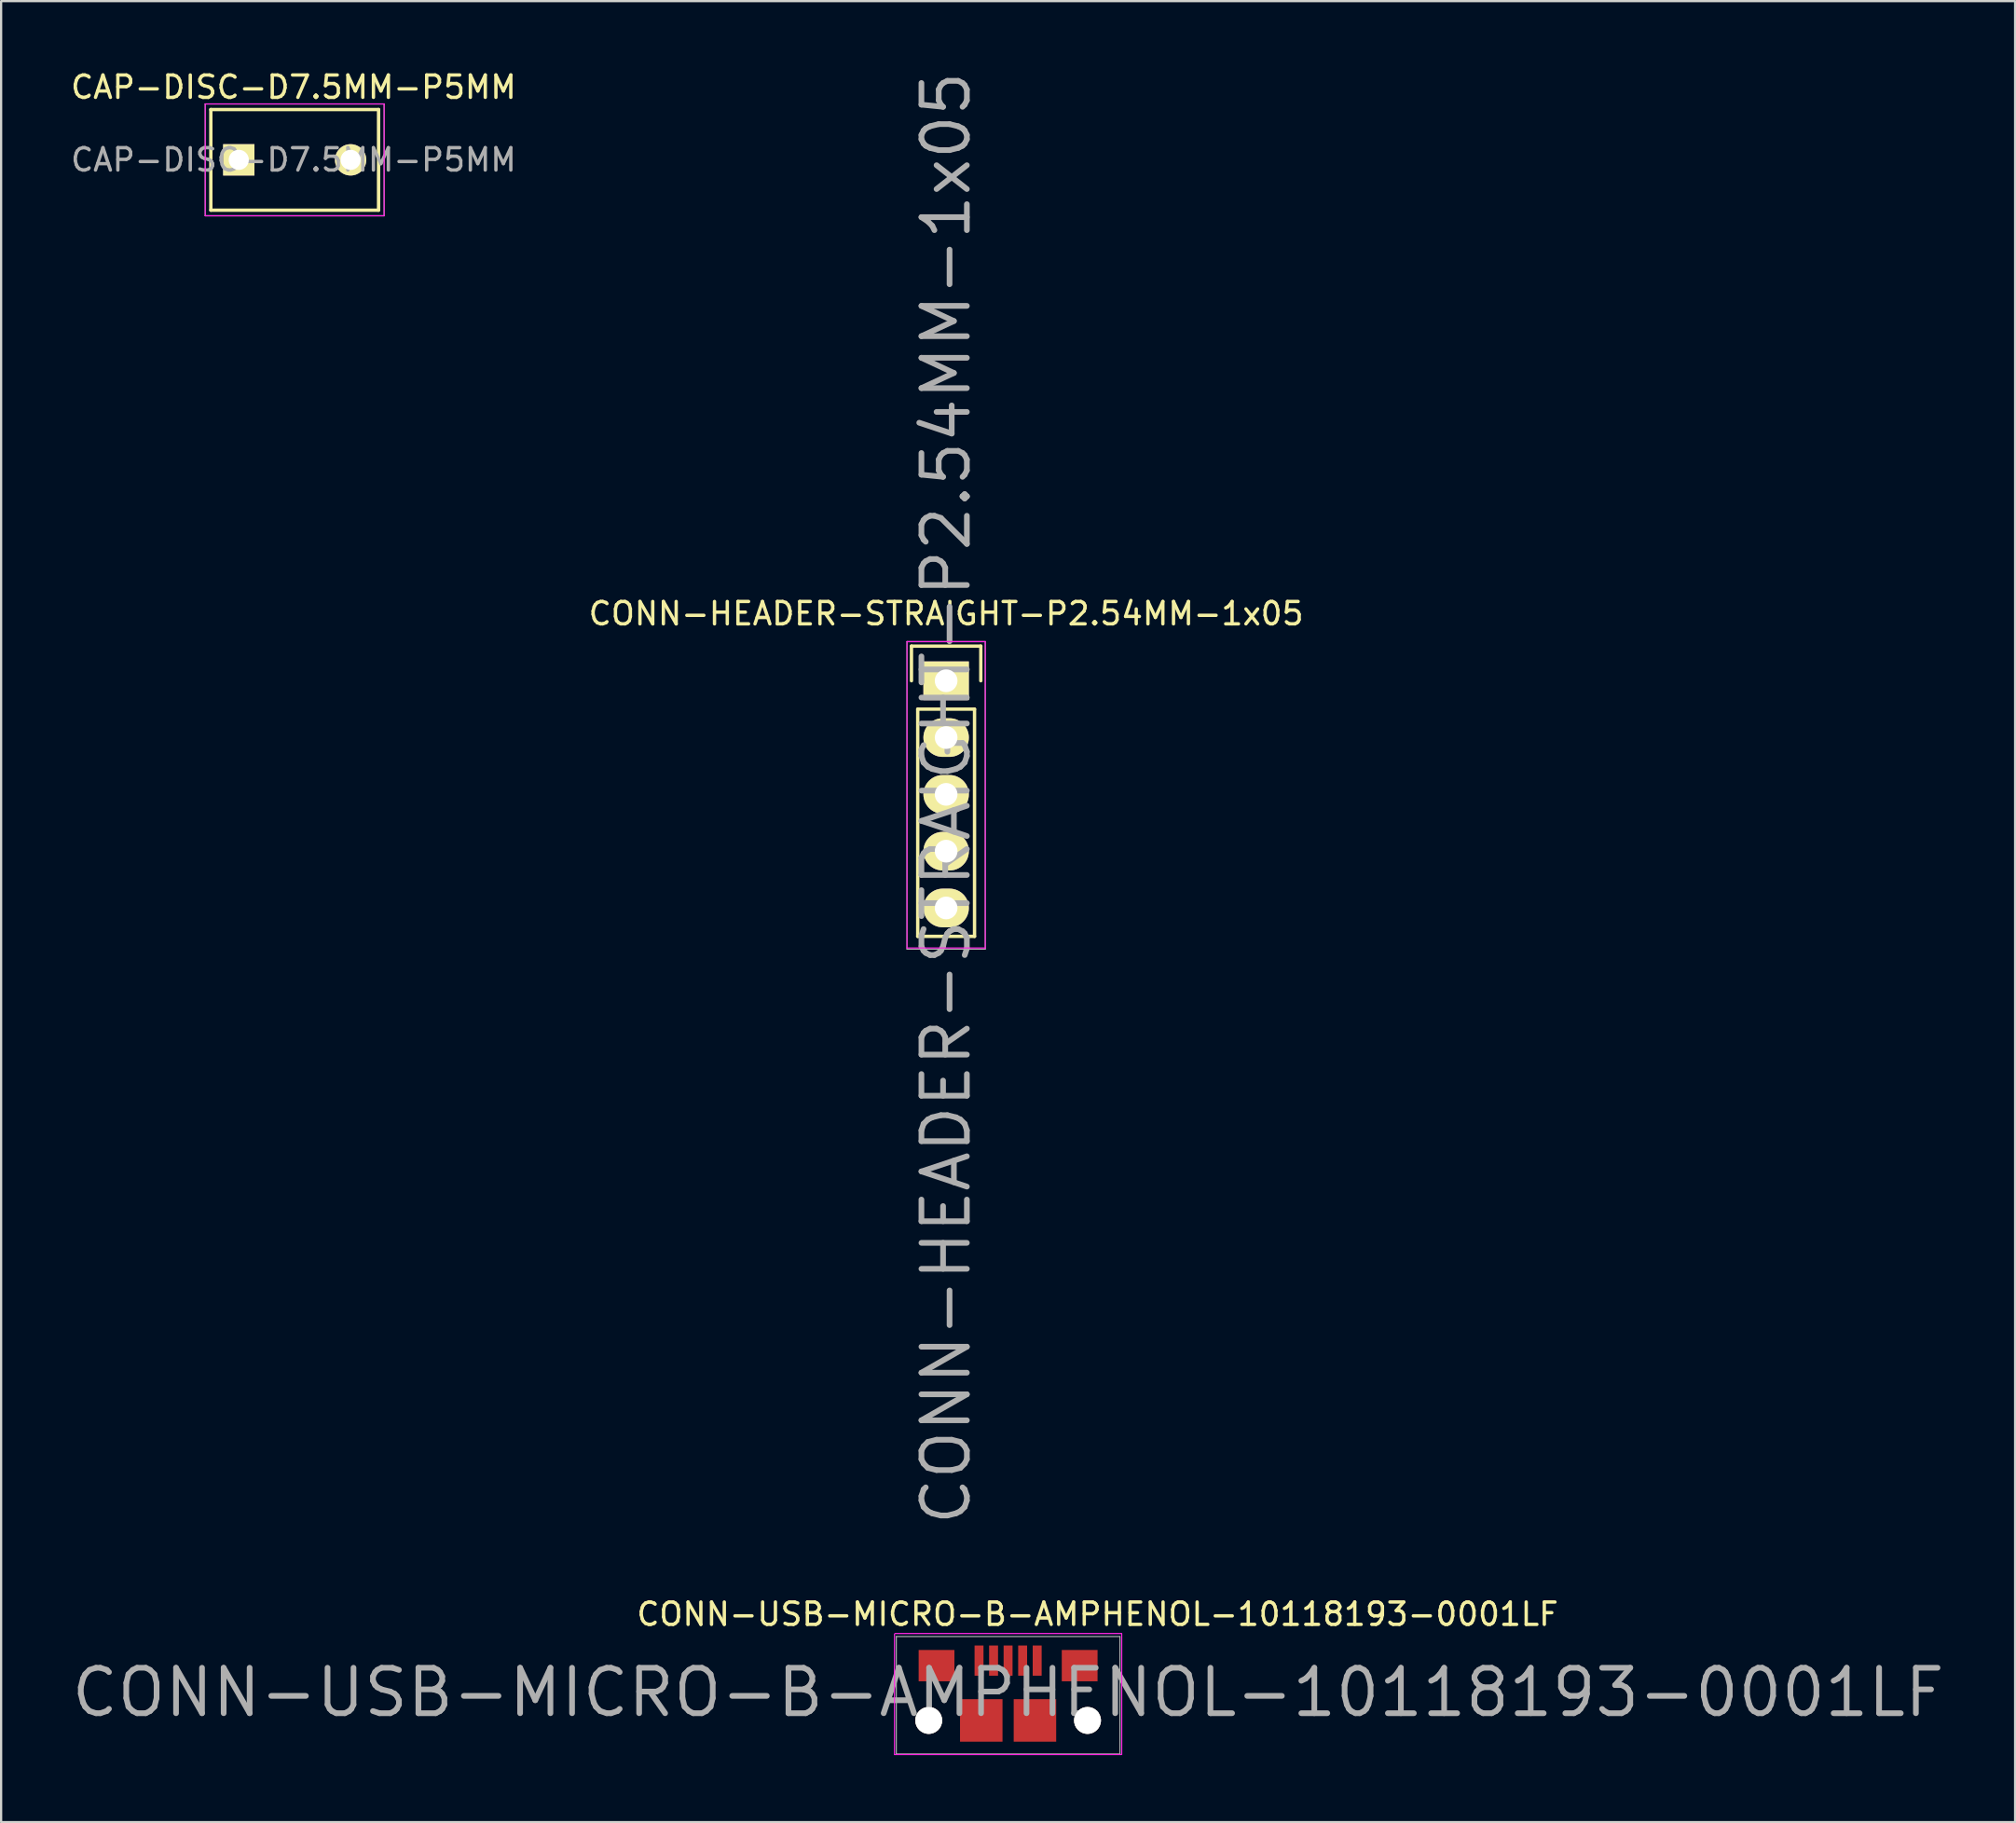
<source format=kicad_pcb>
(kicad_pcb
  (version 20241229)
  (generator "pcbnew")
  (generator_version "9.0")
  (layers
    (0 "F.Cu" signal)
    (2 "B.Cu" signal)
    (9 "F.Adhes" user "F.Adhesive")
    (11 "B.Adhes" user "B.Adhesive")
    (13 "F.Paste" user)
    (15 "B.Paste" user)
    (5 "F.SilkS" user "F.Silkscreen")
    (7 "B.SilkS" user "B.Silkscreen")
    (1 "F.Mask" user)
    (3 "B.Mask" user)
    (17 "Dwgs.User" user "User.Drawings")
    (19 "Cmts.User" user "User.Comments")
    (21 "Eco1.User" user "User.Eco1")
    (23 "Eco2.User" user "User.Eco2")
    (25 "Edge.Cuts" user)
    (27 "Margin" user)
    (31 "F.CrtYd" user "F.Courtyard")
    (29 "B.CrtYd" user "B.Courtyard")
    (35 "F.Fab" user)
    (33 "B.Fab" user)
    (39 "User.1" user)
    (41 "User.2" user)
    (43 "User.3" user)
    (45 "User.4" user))
  (footprint "CONN-USB-MICRO-B-AMPHENOL-10118193-0001LF"
    (layer "F.Cu")
    (at 42.027 73.881)
    (property "Reference" "CONN-USB-MICRO-B-AMPHENOL-10118193-0001LF" (at 0 -1.25 0) (layer "F.Fab") (effects (font (size 2.032 2.032) (thickness 0.254))))
    (attr smd)
    (fp_line (start -5.08 -3.861) (end -5.08 1.524) (stroke (width 0.05) (type solid)) (layer "F.CrtYd"))
    (fp_line (start 5.055 1.524) (end -5.08 1.524) (stroke (width 0.05) (type solid)) (layer "F.CrtYd"))
    (fp_line (start 5.08 -3.886) (end -5.055 -3.886) (stroke (width 0.05) (type solid)) (layer "F.CrtYd"))
    (fp_line (start 5.08 -3.861) (end 5.08 1.524) (stroke (width 0.05) (type solid)) (layer "F.CrtYd"))
    (fp_line (start -5 -3.75) (end 5 -3.75) (stroke (width 0.05) (type solid)) (layer "F.Fab"))
    (fp_line (start -5 1.5) (end -5 -3.75) (stroke (width 0.05) (type solid)) (layer "F.Fab"))
    (fp_line (start 5 -3.75) (end 5 1.5) (stroke (width 0.05) (type solid)) (layer "F.Fab"))
    (fp_line (start 5 1.5) (end -5 1.5) (stroke (width 0.05) (type solid)) (layer "F.Fab"))
    (fp_text user "${REFERENCE}" (at 4 -4.75 0) (layer "F.SilkS") (effects (font (size 1 1) (thickness 0.15))))
    (pad "1" smd rect (at -1.3 -2.675 90) (size 1.35 0.4) (layers "F.Cu" "F.Mask" "F.Paste"))
    (pad "2" smd rect (at -0.65 -2.675 90) (size 1.35 0.4) (layers "F.Cu" "F.Mask" "F.Paste"))
    (pad "3" smd rect (at -0.001 -2.675 90) (size 1.35 0.4) (layers "F.Cu" "F.Mask" "F.Paste"))
    (pad "4" smd rect (at 0.65 -2.675 90) (size 1.35 0.4) (layers "F.Cu" "F.Mask" "F.Paste"))
    (pad "5" smd rect (at 1.3 -2.675 90) (size 1.35 0.4) (layers "F.Cu" "F.Mask" "F.Paste"))
    (pad "6" thru_hole circle (at -3.55 0 90) (size 1.2 1.2) (drill 1.2) (layers "*.Cu" "*.Mask" "F.SilkS"))
    (pad "6" smd rect (at -3.2 -2.45 90) (size 1.4 1.6) (layers "F.Cu" "F.Mask" "F.Paste"))
    (pad "6" smd rect (at -1.2 0 90) (size 1.9 1.9) (layers "F.Cu" "F.Mask" "F.Paste"))
    (pad "6" smd rect (at 1.2 0 90) (size 1.9 1.9) (layers "F.Cu" "F.Mask" "F.Paste"))
    (pad "6" smd rect (at 3.2 -2.45 90) (size 1.4 1.6) (layers "F.Cu" "F.Mask" "F.Paste"))
    (pad "6" thru_hole circle (at 3.55 0 90) (size 1.2 1.2) (drill 1.2) (layers "*.Cu" "*.Mask" "F.SilkS")))
  (footprint "CAP-DISC-D7.5MM-P5MM"
    (layer "F.Cu")
    (at 7.627 4.098)
    (property "Reference" "CAP-DISC-D7.5MM-P5MM" (at 2.45 0 0) (layer "F.Fab") (effects (font (size 1 1) (thickness 0.15))))
    (attr through_hole)
    (fp_line (start -1.25 -2.25) (end 6.25 -2.25) (stroke (width 0.15) (type solid)) (layer "F.SilkS"))
    (fp_line (start -1.25 2.25) (end -1.25 -2.25) (stroke (width 0.15) (type solid)) (layer "F.SilkS"))
    (fp_line (start 6.25 -2.25) (end 6.25 2.25) (stroke (width 0.15) (type solid)) (layer "F.SilkS"))
    (fp_line (start 6.25 2.25) (end -1.25 2.25) (stroke (width 0.15) (type solid)) (layer "F.SilkS"))
    (fp_line (start -1.5 -2.5) (end 6.5 -2.5) (stroke (width 0.05) (type solid)) (layer "F.CrtYd"))
    (fp_line (start -1.5 2.5) (end -1.5 -2.5) (stroke (width 0.05) (type solid)) (layer "F.CrtYd"))
    (fp_line (start 6.5 -2.5) (end 6.5 2.5) (stroke (width 0.05) (type solid)) (layer "F.CrtYd"))
    (fp_line (start 6.5 2.5) (end -1.5 2.5) (stroke (width 0.05) (type solid)) (layer "F.CrtYd"))
    (fp_line (start -1.5 -2.5) (end 6.5 -2.5) (stroke (width 0.05) (type solid)) (layer "F.Fab"))
    (fp_line (start -1.5 2.5) (end -1.5 -2.5) (stroke (width 0.05) (type solid)) (layer "F.Fab"))
    (fp_line (start 6.5 -2.5) (end 6.5 2.5) (stroke (width 0.05) (type solid)) (layer "F.Fab"))
    (fp_line (start 6.5 2.5) (end -1.5 2.5) (stroke (width 0.05) (type solid)) (layer "F.Fab"))
    (fp_text user "${REFERENCE}" (at 2.45 -3.25 0) (layer "F.SilkS") (effects (font (size 1 1) (thickness 0.15))))
    (pad "1" thru_hole rect (at 0 0) (size 1.4 1.4) (drill 0.9) (layers "*.Cu" "*.Mask" "F.SilkS"))
    (pad "2" thru_hole circle (at 5 0) (size 1.4 1.4) (drill 0.9) (layers "*.Cu" "*.Mask" "F.SilkS")))
  (footprint "CONN-HEADER-STRAIGHT-P2.54MM-1x05"
    (layer "F.Cu")
    (at 39.256 27.391)
    (property "Reference" "CONN-HEADER-STRAIGHT-P2.54MM-1x05" (at 0 5.25 90) (layer "F.Fab") (effects (font (size 2.032 2.032) (thickness 0.254))))
    (attr through_hole)
    (fp_line (start -1.55 -1.55) (end 1.55 -1.55) (stroke (width 0.15) (type solid)) (layer "F.SilkS"))
    (fp_line (start -1.55 0) (end -1.55 -1.55) (stroke (width 0.15) (type solid)) (layer "F.SilkS"))
    (fp_line (start -1.27 11.43) (end -1.27 1.27) (stroke (width 0.15) (type solid)) (layer "F.SilkS"))
    (fp_line (start 1.27 1.27) (end -1.27 1.27) (stroke (width 0.15) (type solid)) (layer "F.SilkS"))
    (fp_line (start 1.27 1.27) (end 1.27 11.43) (stroke (width 0.15) (type solid)) (layer "F.SilkS"))
    (fp_line (start 1.27 11.43) (end -1.27 11.43) (stroke (width 0.15) (type solid)) (layer "F.SilkS"))
    (fp_line (start 1.55 -1.55) (end 1.55 0) (stroke (width 0.15) (type solid)) (layer "F.SilkS"))
    (fp_line (start -1.75 -1.75) (end -1.75 11.95) (stroke (width 0.05) (type solid)) (layer "F.CrtYd"))
    (fp_line (start -1.75 -1.75) (end 1.75 -1.75) (stroke (width 0.05) (type solid)) (layer "F.CrtYd"))
    (fp_line (start -1.75 11.95) (end 1.75 11.95) (stroke (width 0.05) (type solid)) (layer "F.CrtYd"))
    (fp_line (start 1.75 -1.75) (end 1.75 11.95) (stroke (width 0.05) (type solid)) (layer "F.CrtYd"))
    (fp_line (start -1.75 -1.75) (end -1.75 12) (stroke (width 0.051) (type solid)) (layer "F.Fab"))
    (fp_line (start -1.75 12) (end 1.75 12) (stroke (width 0.051) (type solid)) (layer "F.Fab"))
    (fp_line (start 1.75 -1.75) (end -1.75 -1.75) (stroke (width 0.051) (type solid)) (layer "F.Fab"))
    (fp_line (start 1.75 12) (end 1.75 -1.75) (stroke (width 0.051) (type solid)) (layer "F.Fab"))
    (fp_text user "${REFERENCE}" (at 0 -3 0) (layer "F.SilkS") (effects (font (size 1 1) (thickness 0.15))))
    (pad "1" thru_hole rect (at 0 0) (size 2.032 1.727) (drill 1.016) (layers "*.Cu" "*.Mask" "F.SilkS"))
    (pad "2" thru_hole oval (at 0 2.54) (size 2.032 1.727) (drill 1.016) (layers "*.Cu" "*.Mask" "F.SilkS"))
    (pad "3" thru_hole oval (at 0 5.08) (size 2.032 1.727) (drill 1.016) (layers "*.Cu" "*.Mask" "F.SilkS"))
    (pad "4" thru_hole oval (at 0 7.62) (size 2.032 1.727) (drill 1.016) (layers "*.Cu" "*.Mask" "F.SilkS"))
    (pad "5" thru_hole oval (at 0 10.16) (size 2.032 1.727) (drill 1.016) (layers "*.Cu" "*.Mask" "F.SilkS")))
  (gr_rect
    (start -3 -3)
    (end 87.055 78.43)
    (stroke (width 0.1) (type default))
    (fill no)
    (layer "Edge.Cuts")))
</source>
